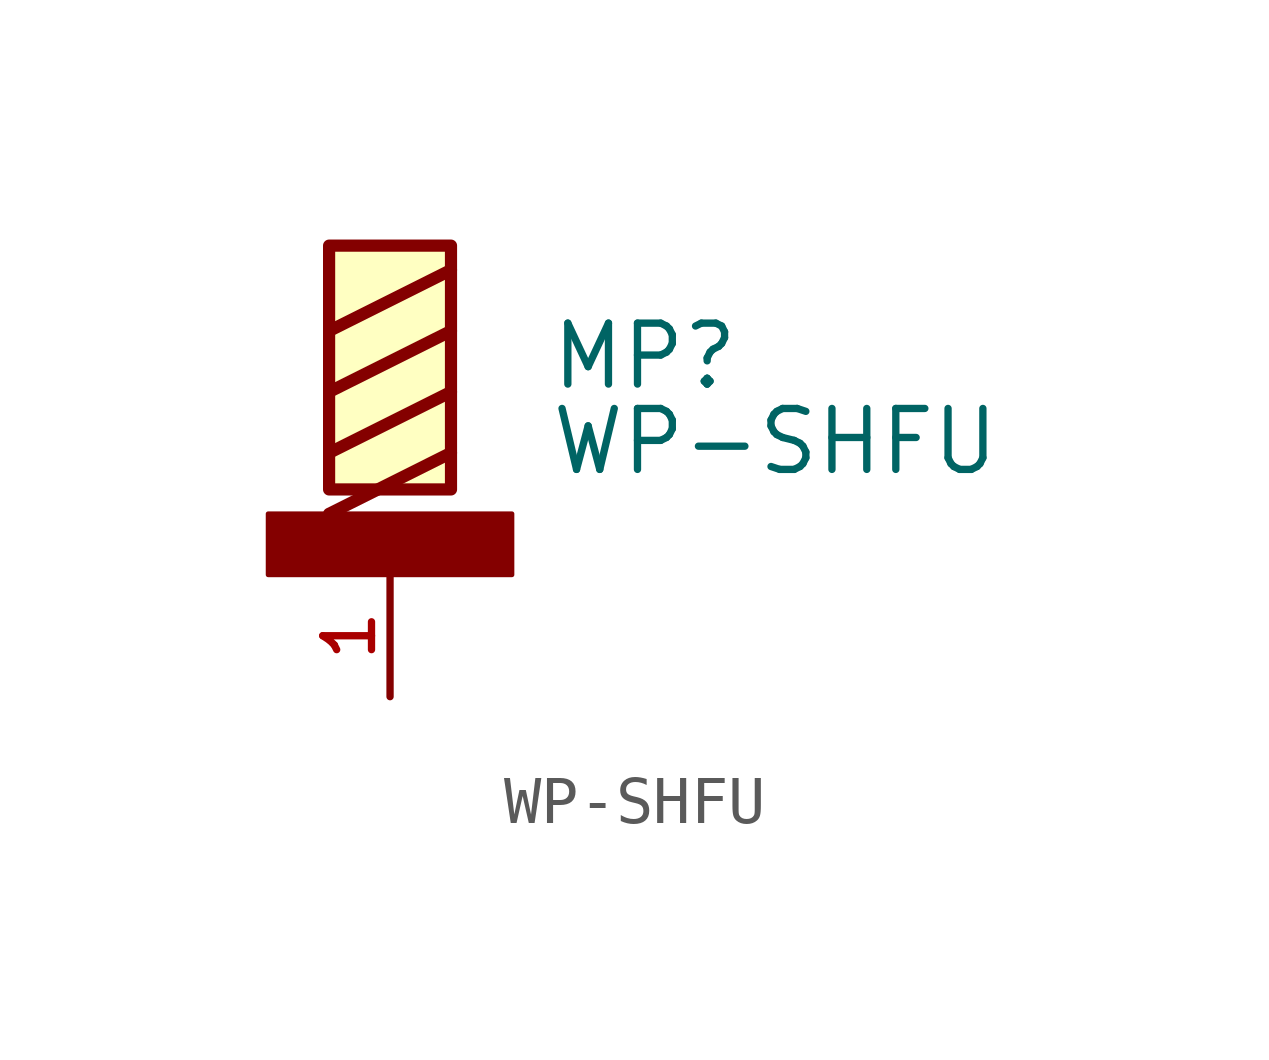
<source format=kicad_sym>
(kicad_symbol_lib
  (version 20211014)
  (generator kicad_symbol_editor)
  (symbol "WP-SHFU"
    (pin_names
      (offset 1.016))
    (property "Reference" "MP"
      (at 3.302 1.27 0)
      (effects (font (size 1.27 1.27)) (justify bottom left)))
    (property "Value" "WP-SHFU"
      (at 3.302 -0.508 0)
      (effects (font (size 1.27 1.27)) (justify bottom left)))
    (symbol "WP-SHFU_0_0"
      (polyline (pts (xy 1.27 3.81) (xy -1.27 2.54)) (stroke (width 0.254)))
      (polyline (pts (xy 1.27 2.54) (xy -1.27 1.27)) (stroke (width 0.254)))
      (polyline (pts (xy 1.27 1.27) (xy -1.27 0.0)) (stroke (width 0.254)))
      (polyline (pts (xy 1.27 0.0) (xy -1.27 -1.27)) (stroke (width 0.254)))
      (rectangle (start -2.54 -2.54) (end 2.54 -1.27) (stroke (width 0.1)) (fill (type outline)))
      (rectangle (start -1.27 -0.762) (end 1.27 4.318) (stroke (width 0.254)) (fill (type background)))
      (pin passive line (at 0.0 -5.08 90.0) (length 2.54) (name "~" (effects (font (size 1.016 1.016)))) (number "1" (effects (font (size 1.016 1.016))))))))
</source>
